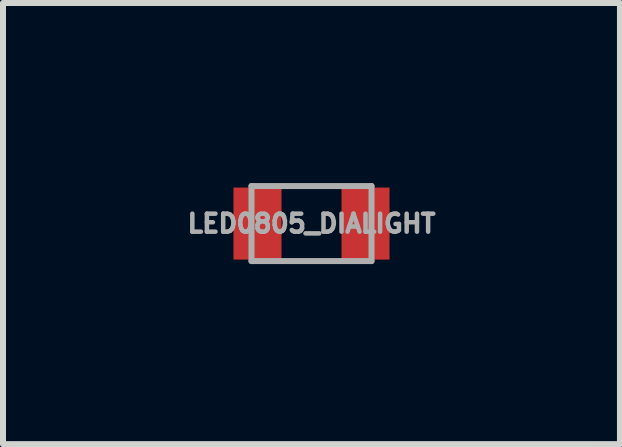
<source format=kicad_pcb>
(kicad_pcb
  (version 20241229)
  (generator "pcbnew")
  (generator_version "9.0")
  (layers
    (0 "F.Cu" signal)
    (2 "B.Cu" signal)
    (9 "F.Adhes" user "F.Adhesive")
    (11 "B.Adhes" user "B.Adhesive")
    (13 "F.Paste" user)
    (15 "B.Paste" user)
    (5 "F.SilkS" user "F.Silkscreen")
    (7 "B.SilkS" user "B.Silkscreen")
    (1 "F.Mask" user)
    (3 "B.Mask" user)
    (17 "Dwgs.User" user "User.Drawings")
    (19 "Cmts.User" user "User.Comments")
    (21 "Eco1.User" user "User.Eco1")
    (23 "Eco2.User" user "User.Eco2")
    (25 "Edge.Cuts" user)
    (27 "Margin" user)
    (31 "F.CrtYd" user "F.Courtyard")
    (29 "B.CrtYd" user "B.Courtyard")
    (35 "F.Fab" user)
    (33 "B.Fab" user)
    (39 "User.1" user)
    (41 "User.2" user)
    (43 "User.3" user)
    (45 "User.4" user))
  (footprint "LED0805_DIALIGHT"
    (layer "F.Cu")
    (at 2.14 0.675)
    (property "Reference" "LED0805_DIALIGHT" (at 0 0 0) (layer "F.Fab") (effects (font (size 0.3 0.3) (thickness 0.075))))
    (attr through_hole)
    (fp_line (start -1 -0.625) (end 1 -0.625) (stroke (width 0.1) (type solid)) (layer "F.Fab"))
    (fp_line (start -1 0.625) (end -1 -0.625) (stroke (width 0.1) (type solid)) (layer "F.Fab"))
    (fp_line (start 1 -0.625) (end 1 0.625) (stroke (width 0.1) (type solid)) (layer "F.Fab"))
    (fp_line (start 1 0.625) (end -1 0.625) (stroke (width 0.1) (type solid)) (layer "F.Fab"))
    (pad "1" smd rect (at -0.9 0) (size 0.8 1.2) (layers "F.Cu" "F.Mask" "F.Paste"))
    (pad "2" smd rect (at 0.9 0) (size 0.8 1.2) (layers "F.Cu" "F.Mask" "F.Paste")))
  (gr_rect
    (start -3 -3)
    (end 7.279 4.35)
    (stroke (width 0.1) (type default))
    (fill no)
    (layer "Edge.Cuts")))
</source>
